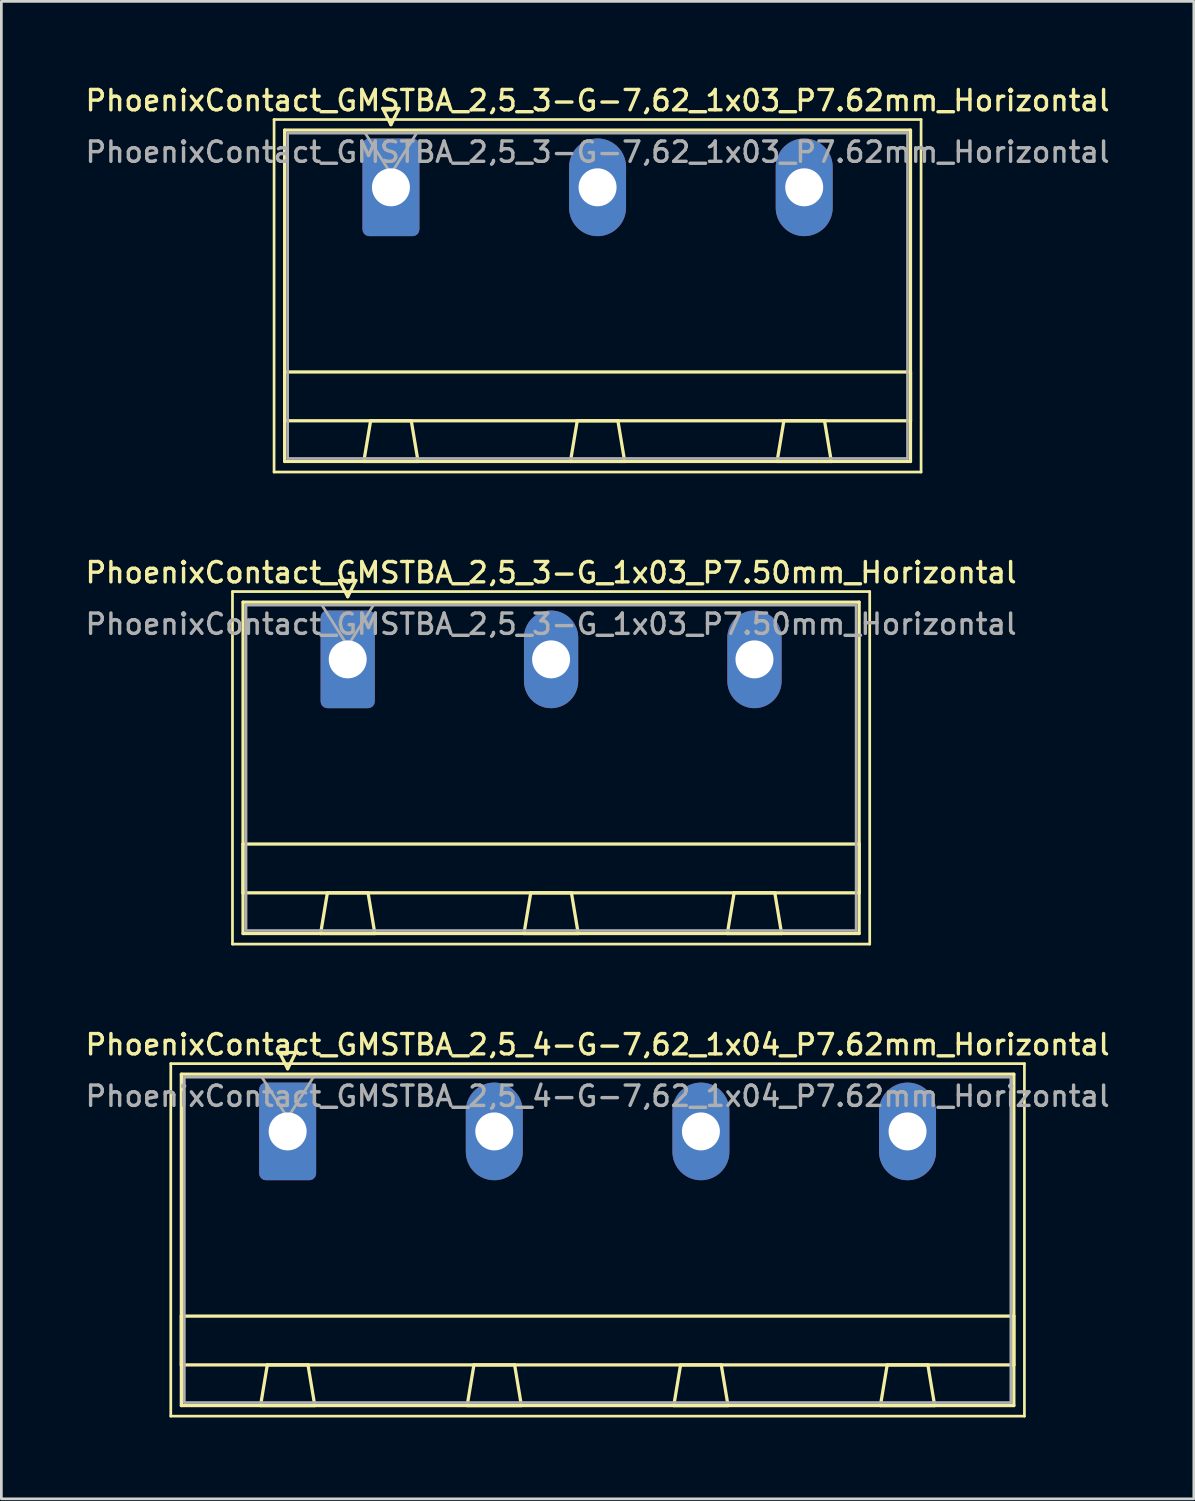
<source format=kicad_pcb>
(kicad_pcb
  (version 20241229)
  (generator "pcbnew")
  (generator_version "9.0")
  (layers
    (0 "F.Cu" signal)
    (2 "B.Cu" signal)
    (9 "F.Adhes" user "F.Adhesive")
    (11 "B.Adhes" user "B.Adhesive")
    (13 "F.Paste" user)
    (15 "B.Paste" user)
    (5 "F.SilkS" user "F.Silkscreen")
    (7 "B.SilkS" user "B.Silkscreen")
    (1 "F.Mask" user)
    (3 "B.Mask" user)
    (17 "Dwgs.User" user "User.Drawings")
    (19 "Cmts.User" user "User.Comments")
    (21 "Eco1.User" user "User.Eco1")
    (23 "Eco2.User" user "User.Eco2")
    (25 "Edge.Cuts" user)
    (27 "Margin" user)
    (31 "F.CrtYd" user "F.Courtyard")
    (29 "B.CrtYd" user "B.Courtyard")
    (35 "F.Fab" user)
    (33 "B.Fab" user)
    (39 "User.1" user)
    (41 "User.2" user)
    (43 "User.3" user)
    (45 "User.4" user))
  (footprint "PhoenixContact_GMSTBA_2,5_3-G_1x03_P7.50mm_Horizontal"
    (layer "F.Cu")
    (at 9.773 21.266)
    (property "Reference" "PhoenixContact_GMSTBA_2,5_3-G_1x03_P7.50mm_Horizontal" (at 7.5 -3.2 0) (layer "F.SilkS") (effects (font (size 0.75 0.75) (thickness 0.125))))
    (attr through_hole)
    (fp_line (start -4.25 -2.5) (end -4.25 10.5) (stroke (width 0.1) (type solid)) (layer "F.SilkS"))
    (fp_line (start -4.25 10.5) (end 19.25 10.5) (stroke (width 0.1) (type solid)) (layer "F.SilkS"))
    (fp_line (start -3.86 -2.11) (end -3.86 10.11) (stroke (width 0.12) (type solid)) (layer "F.SilkS"))
    (fp_line (start -3.86 6.81) (end 18.86 6.81) (stroke (width 0.12) (type solid)) (layer "F.SilkS"))
    (fp_line (start -3.86 8.61) (end -3.86 6.81) (stroke (width 0.12) (type solid)) (layer "F.SilkS"))
    (fp_line (start -3.86 10.11) (end 18.86 10.11) (stroke (width 0.12) (type solid)) (layer "F.SilkS"))
    (fp_line (start -1 10.11) (end 1 10.11) (stroke (width 0.12) (type solid)) (layer "F.SilkS"))
    (fp_line (start -0.75 8.61) (end -1 10.11) (stroke (width 0.12) (type solid)) (layer "F.SilkS"))
    (fp_line (start -0.3 -2.91) (end 0.3 -2.91) (stroke (width 0.12) (type solid)) (layer "F.SilkS"))
    (fp_line (start 0 -2.31) (end -0.3 -2.91) (stroke (width 0.12) (type solid)) (layer "F.SilkS"))
    (fp_line (start 0.3 -2.91) (end 0 -2.31) (stroke (width 0.12) (type solid)) (layer "F.SilkS"))
    (fp_line (start 0.75 8.61) (end -0.75 8.61) (stroke (width 0.12) (type solid)) (layer "F.SilkS"))
    (fp_line (start 1 10.11) (end 0.75 8.61) (stroke (width 0.12) (type solid)) (layer "F.SilkS"))
    (fp_line (start 6.5 10.11) (end 8.5 10.11) (stroke (width 0.12) (type solid)) (layer "F.SilkS"))
    (fp_line (start 6.75 8.61) (end 6.5 10.11) (stroke (width 0.12) (type solid)) (layer "F.SilkS"))
    (fp_line (start 8.25 8.61) (end 6.75 8.61) (stroke (width 0.12) (type solid)) (layer "F.SilkS"))
    (fp_line (start 8.5 10.11) (end 8.25 8.61) (stroke (width 0.12) (type solid)) (layer "F.SilkS"))
    (fp_line (start 14 10.11) (end 16 10.11) (stroke (width 0.12) (type solid)) (layer "F.SilkS"))
    (fp_line (start 14.25 8.61) (end 14 10.11) (stroke (width 0.12) (type solid)) (layer "F.SilkS"))
    (fp_line (start 15.75 8.61) (end 14.25 8.61) (stroke (width 0.12) (type solid)) (layer "F.SilkS"))
    (fp_line (start 16 10.11) (end 15.75 8.61) (stroke (width 0.12) (type solid)) (layer "F.SilkS"))
    (fp_line (start 18.86 -2.11) (end -3.86 -2.11) (stroke (width 0.12) (type solid)) (layer "F.SilkS"))
    (fp_line (start 18.86 6.81) (end 18.86 8.61) (stroke (width 0.12) (type solid)) (layer "F.SilkS"))
    (fp_line (start 18.86 8.61) (end -3.86 8.61) (stroke (width 0.12) (type solid)) (layer "F.SilkS"))
    (fp_line (start 18.86 10.11) (end 18.86 -2.11) (stroke (width 0.12) (type solid)) (layer "F.SilkS"))
    (fp_line (start 19.25 -2.5) (end -4.25 -2.5) (stroke (width 0.1) (type solid)) (layer "F.SilkS"))
    (fp_line (start 19.25 10.5) (end 19.25 -2.5) (stroke (width 0.1) (type solid)) (layer "F.SilkS"))
    (fp_line (start -3.75 -2) (end -3.75 10) (stroke (width 0.1) (type solid)) (layer "F.Fab"))
    (fp_line (start -3.75 10) (end 18.75 10) (stroke (width 0.1) (type solid)) (layer "F.Fab"))
    (fp_line (start 0 -0.5) (end -0.95 -2) (stroke (width 0.1) (type solid)) (layer "F.Fab"))
    (fp_line (start 0.95 -2) (end 0 -0.5) (stroke (width 0.1) (type solid)) (layer "F.Fab"))
    (fp_line (start 18.75 -2) (end -3.75 -2) (stroke (width 0.1) (type solid)) (layer "F.Fab"))
    (fp_line (start 18.75 10) (end 18.75 -2) (stroke (width 0.1) (type solid)) (layer "F.Fab"))
    (fp_text user "${REFERENCE}" (at 7.5 -1.3 0) (layer "F.Fab") (effects (font (size 0.75 0.75) (thickness 0.125))))
    (pad "1" thru_hole roundrect (at 0 0) (size 2 3.6) (drill 1.4) (layers "*.Cu" "*.Mask") (roundrect_rratio 0.125))
    (pad "2" thru_hole oval (at 7.5 0) (size 2 3.6) (drill 1.4) (layers "*.Cu" "*.Mask"))
    (pad "3" thru_hole oval (at 15 0) (size 2 3.6) (drill 1.4) (layers "*.Cu" "*.Mask")))
  (footprint "PhoenixContact_GMSTBA_2,5_4-G-7,62_1x04_P7.62mm_Horizontal"
    (layer "F.Cu")
    (at 7.558 38.674)
    (property "Reference" "PhoenixContact_GMSTBA_2,5_4-G-7,62_1x04_P7.62mm_Horizontal" (at 11.43 -3.2 0) (layer "F.SilkS") (effects (font (size 0.75 0.75) (thickness 0.125))))
    (attr through_hole)
    (fp_line (start -4.31 -2.5) (end -4.31 10.5) (stroke (width 0.1) (type solid)) (layer "F.SilkS"))
    (fp_line (start -4.31 10.5) (end 27.17 10.5) (stroke (width 0.1) (type solid)) (layer "F.SilkS"))
    (fp_line (start -3.92 -2.11) (end -3.92 10.11) (stroke (width 0.12) (type solid)) (layer "F.SilkS"))
    (fp_line (start -3.92 6.81) (end 26.78 6.81) (stroke (width 0.12) (type solid)) (layer "F.SilkS"))
    (fp_line (start -3.92 8.61) (end -3.92 6.81) (stroke (width 0.12) (type solid)) (layer "F.SilkS"))
    (fp_line (start -3.92 10.11) (end 26.78 10.11) (stroke (width 0.12) (type solid)) (layer "F.SilkS"))
    (fp_line (start -1 10.11) (end 1 10.11) (stroke (width 0.12) (type solid)) (layer "F.SilkS"))
    (fp_line (start -0.75 8.61) (end -1 10.11) (stroke (width 0.12) (type solid)) (layer "F.SilkS"))
    (fp_line (start -0.3 -2.91) (end 0.3 -2.91) (stroke (width 0.12) (type solid)) (layer "F.SilkS"))
    (fp_line (start 0 -2.31) (end -0.3 -2.91) (stroke (width 0.12) (type solid)) (layer "F.SilkS"))
    (fp_line (start 0.3 -2.91) (end 0 -2.31) (stroke (width 0.12) (type solid)) (layer "F.SilkS"))
    (fp_line (start 0.75 8.61) (end -0.75 8.61) (stroke (width 0.12) (type solid)) (layer "F.SilkS"))
    (fp_line (start 1 10.11) (end 0.75 8.61) (stroke (width 0.12) (type solid)) (layer "F.SilkS"))
    (fp_line (start 6.62 10.11) (end 8.62 10.11) (stroke (width 0.12) (type solid)) (layer "F.SilkS"))
    (fp_line (start 6.87 8.61) (end 6.62 10.11) (stroke (width 0.12) (type solid)) (layer "F.SilkS"))
    (fp_line (start 8.37 8.61) (end 6.87 8.61) (stroke (width 0.12) (type solid)) (layer "F.SilkS"))
    (fp_line (start 8.62 10.11) (end 8.37 8.61) (stroke (width 0.12) (type solid)) (layer "F.SilkS"))
    (fp_line (start 14.24 10.11) (end 16.24 10.11) (stroke (width 0.12) (type solid)) (layer "F.SilkS"))
    (fp_line (start 14.49 8.61) (end 14.24 10.11) (stroke (width 0.12) (type solid)) (layer "F.SilkS"))
    (fp_line (start 15.99 8.61) (end 14.49 8.61) (stroke (width 0.12) (type solid)) (layer "F.SilkS"))
    (fp_line (start 16.24 10.11) (end 15.99 8.61) (stroke (width 0.12) (type solid)) (layer "F.SilkS"))
    (fp_line (start 21.86 10.11) (end 23.86 10.11) (stroke (width 0.12) (type solid)) (layer "F.SilkS"))
    (fp_line (start 22.11 8.61) (end 21.86 10.11) (stroke (width 0.12) (type solid)) (layer "F.SilkS"))
    (fp_line (start 23.61 8.61) (end 22.11 8.61) (stroke (width 0.12) (type solid)) (layer "F.SilkS"))
    (fp_line (start 23.86 10.11) (end 23.61 8.61) (stroke (width 0.12) (type solid)) (layer "F.SilkS"))
    (fp_line (start 26.78 -2.11) (end -3.92 -2.11) (stroke (width 0.12) (type solid)) (layer "F.SilkS"))
    (fp_line (start 26.78 6.81) (end 26.78 8.61) (stroke (width 0.12) (type solid)) (layer "F.SilkS"))
    (fp_line (start 26.78 8.61) (end -3.92 8.61) (stroke (width 0.12) (type solid)) (layer "F.SilkS"))
    (fp_line (start 26.78 10.11) (end 26.78 -2.11) (stroke (width 0.12) (type solid)) (layer "F.SilkS"))
    (fp_line (start 27.17 -2.5) (end -4.31 -2.5) (stroke (width 0.1) (type solid)) (layer "F.SilkS"))
    (fp_line (start 27.17 10.5) (end 27.17 -2.5) (stroke (width 0.1) (type solid)) (layer "F.SilkS"))
    (fp_line (start -3.81 -2) (end -3.81 10) (stroke (width 0.1) (type solid)) (layer "F.Fab"))
    (fp_line (start -3.81 10) (end 26.67 10) (stroke (width 0.1) (type solid)) (layer "F.Fab"))
    (fp_line (start 0 -0.5) (end -0.95 -2) (stroke (width 0.1) (type solid)) (layer "F.Fab"))
    (fp_line (start 0.95 -2) (end 0 -0.5) (stroke (width 0.1) (type solid)) (layer "F.Fab"))
    (fp_line (start 26.67 -2) (end -3.81 -2) (stroke (width 0.1) (type solid)) (layer "F.Fab"))
    (fp_line (start 26.67 10) (end 26.67 -2) (stroke (width 0.1) (type solid)) (layer "F.Fab"))
    (fp_text user "${REFERENCE}" (at 11.43 -1.3 0) (layer "F.Fab") (effects (font (size 0.75 0.75) (thickness 0.125))))
    (pad "1" thru_hole roundrect (at 0 0) (size 2.1 3.6) (drill 1.4) (layers "*.Cu" "*.Mask") (roundrect_rratio 0.119))
    (pad "2" thru_hole oval (at 7.62 0) (size 2.1 3.6) (drill 1.4) (layers "*.Cu" "*.Mask"))
    (pad "3" thru_hole oval (at 15.24 0) (size 2.1 3.6) (drill 1.4) (layers "*.Cu" "*.Mask"))
    (pad "4" thru_hole oval (at 22.86 0) (size 2.1 3.6) (drill 1.4) (layers "*.Cu" "*.Mask")))
  (footprint "PhoenixContact_GMSTBA_2,5_3-G-7,62_1x03_P7.62mm_Horizontal"
    (layer "F.Cu")
    (at 11.367 3.858)
    (property "Reference" "PhoenixContact_GMSTBA_2,5_3-G-7,62_1x03_P7.62mm_Horizontal" (at 7.62 -3.2 0) (layer "F.SilkS") (effects (font (size 0.75 0.75) (thickness 0.125))))
    (attr through_hole)
    (fp_line (start -4.31 -2.5) (end -4.31 10.5) (stroke (width 0.1) (type solid)) (layer "F.SilkS"))
    (fp_line (start -4.31 10.5) (end 19.55 10.5) (stroke (width 0.1) (type solid)) (layer "F.SilkS"))
    (fp_line (start -3.92 -2.11) (end -3.92 10.11) (stroke (width 0.12) (type solid)) (layer "F.SilkS"))
    (fp_line (start -3.92 6.81) (end 19.16 6.81) (stroke (width 0.12) (type solid)) (layer "F.SilkS"))
    (fp_line (start -3.92 8.61) (end -3.92 6.81) (stroke (width 0.12) (type solid)) (layer "F.SilkS"))
    (fp_line (start -3.92 10.11) (end 19.16 10.11) (stroke (width 0.12) (type solid)) (layer "F.SilkS"))
    (fp_line (start -1 10.11) (end 1 10.11) (stroke (width 0.12) (type solid)) (layer "F.SilkS"))
    (fp_line (start -0.75 8.61) (end -1 10.11) (stroke (width 0.12) (type solid)) (layer "F.SilkS"))
    (fp_line (start -0.3 -2.91) (end 0.3 -2.91) (stroke (width 0.12) (type solid)) (layer "F.SilkS"))
    (fp_line (start 0 -2.31) (end -0.3 -2.91) (stroke (width 0.12) (type solid)) (layer "F.SilkS"))
    (fp_line (start 0.3 -2.91) (end 0 -2.31) (stroke (width 0.12) (type solid)) (layer "F.SilkS"))
    (fp_line (start 0.75 8.61) (end -0.75 8.61) (stroke (width 0.12) (type solid)) (layer "F.SilkS"))
    (fp_line (start 1 10.11) (end 0.75 8.61) (stroke (width 0.12) (type solid)) (layer "F.SilkS"))
    (fp_line (start 6.62 10.11) (end 8.62 10.11) (stroke (width 0.12) (type solid)) (layer "F.SilkS"))
    (fp_line (start 6.87 8.61) (end 6.62 10.11) (stroke (width 0.12) (type solid)) (layer "F.SilkS"))
    (fp_line (start 8.37 8.61) (end 6.87 8.61) (stroke (width 0.12) (type solid)) (layer "F.SilkS"))
    (fp_line (start 8.62 10.11) (end 8.37 8.61) (stroke (width 0.12) (type solid)) (layer "F.SilkS"))
    (fp_line (start 14.24 10.11) (end 16.24 10.11) (stroke (width 0.12) (type solid)) (layer "F.SilkS"))
    (fp_line (start 14.49 8.61) (end 14.24 10.11) (stroke (width 0.12) (type solid)) (layer "F.SilkS"))
    (fp_line (start 15.99 8.61) (end 14.49 8.61) (stroke (width 0.12) (type solid)) (layer "F.SilkS"))
    (fp_line (start 16.24 10.11) (end 15.99 8.61) (stroke (width 0.12) (type solid)) (layer "F.SilkS"))
    (fp_line (start 19.16 -2.11) (end -3.92 -2.11) (stroke (width 0.12) (type solid)) (layer "F.SilkS"))
    (fp_line (start 19.16 6.81) (end 19.16 8.61) (stroke (width 0.12) (type solid)) (layer "F.SilkS"))
    (fp_line (start 19.16 8.61) (end -3.92 8.61) (stroke (width 0.12) (type solid)) (layer "F.SilkS"))
    (fp_line (start 19.16 10.11) (end 19.16 -2.11) (stroke (width 0.12) (type solid)) (layer "F.SilkS"))
    (fp_line (start 19.55 -2.5) (end -4.31 -2.5) (stroke (width 0.1) (type solid)) (layer "F.SilkS"))
    (fp_line (start 19.55 10.5) (end 19.55 -2.5) (stroke (width 0.1) (type solid)) (layer "F.SilkS"))
    (fp_line (start -3.81 -2) (end -3.81 10) (stroke (width 0.1) (type solid)) (layer "F.Fab"))
    (fp_line (start -3.81 10) (end 19.05 10) (stroke (width 0.1) (type solid)) (layer "F.Fab"))
    (fp_line (start 0 -0.5) (end -0.95 -2) (stroke (width 0.1) (type solid)) (layer "F.Fab"))
    (fp_line (start 0.95 -2) (end 0 -0.5) (stroke (width 0.1) (type solid)) (layer "F.Fab"))
    (fp_line (start 19.05 -2) (end -3.81 -2) (stroke (width 0.1) (type solid)) (layer "F.Fab"))
    (fp_line (start 19.05 10) (end 19.05 -2) (stroke (width 0.1) (type solid)) (layer "F.Fab"))
    (fp_text user "${REFERENCE}" (at 7.62 -1.3 0) (layer "F.Fab") (effects (font (size 0.75 0.75) (thickness 0.125))))
    (pad "1" thru_hole roundrect (at 0 0) (size 2.1 3.6) (drill 1.4) (layers "*.Cu" "*.Mask") (roundrect_rratio 0.119))
    (pad "2" thru_hole oval (at 7.62 0) (size 2.1 3.6) (drill 1.4) (layers "*.Cu" "*.Mask"))
    (pad "3" thru_hole oval (at 15.24 0) (size 2.1 3.6) (drill 1.4) (layers "*.Cu" "*.Mask")))
  (gr_rect
    (start -3 -3)
    (end 40.975 52.224)
    (stroke (width 0.1) (type default))
    (fill no)
    (layer "Edge.Cuts")))
</source>
